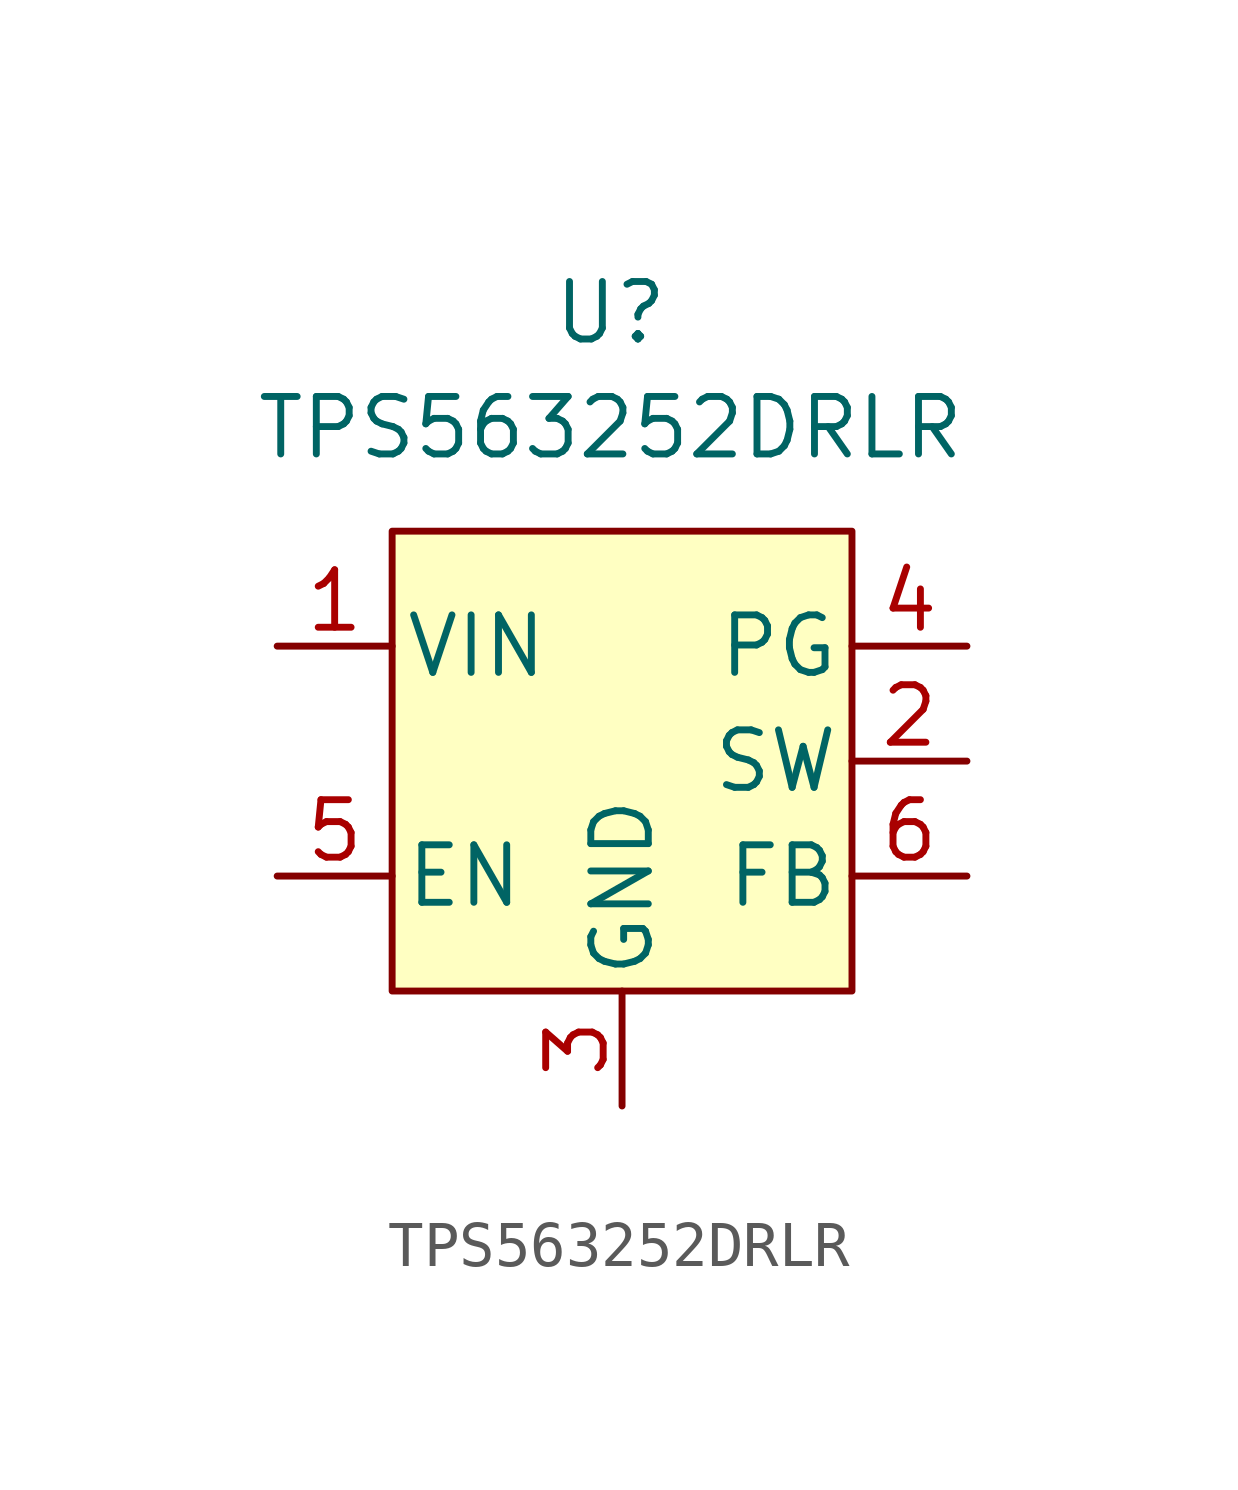
<source format=kicad_sym>
(kicad_symbol_lib
  (version 20231120)
  (generator "kicad_symbol_editor")
  (generator_version "8.0")
  (symbol "TPS563252DRLR"
    (pin_names
      (offset 0.254))
    (property "Reference" "U"
      (at 16.256 7.366 0)
      (effects (font (size 1.27 1.27))))
    (property "Value" "TPS563252DRLR"
      (at 16.256 4.826 0)
      (effects (font (size 1.27 1.27))))
    (symbol "TPS563252DRLR_0_1"
      (pin power_in line (at 8.89 0 0) (length 2.54) (name "VIN" (effects (font (size 1.27 1.27)))) (number "1" (effects (font (size 1.27 1.27))))))
    (symbol "TPS563252DRLR_1_1"
      (rectangle (start 11.43 2.54) (end 21.59 -7.62) (stroke (width 0) (type default)) (fill (type background)))
      (pin power_out line (at 24.13 -2.54 180) (length 2.54) (name "SW" (effects (font (size 1.27 1.27)))) (number "2" (effects (font (size 1.27 1.27)))))
      (pin power_in line (at 16.51 -10.16 90) (length 2.54) (name "GND" (effects (font (size 1.27 1.27)))) (number "3" (effects (font (size 1.27 1.27)))))
      (pin output line (at 24.13 0 180) (length 2.54) (name "PG" (effects (font (size 1.27 1.27)))) (number "4" (effects (font (size 1.27 1.27)))))
      (pin input line (at 8.89 -5.08 0) (length 2.54) (name "EN" (effects (font (size 1.27 1.27)))) (number "5" (effects (font (size 1.27 1.27)))))
      (pin input line (at 24.13 -5.08 180) (length 2.54) (name "FB" (effects (font (size 1.27 1.27)))) (number "6" (effects (font (size 1.27 1.27))))))))
</source>
